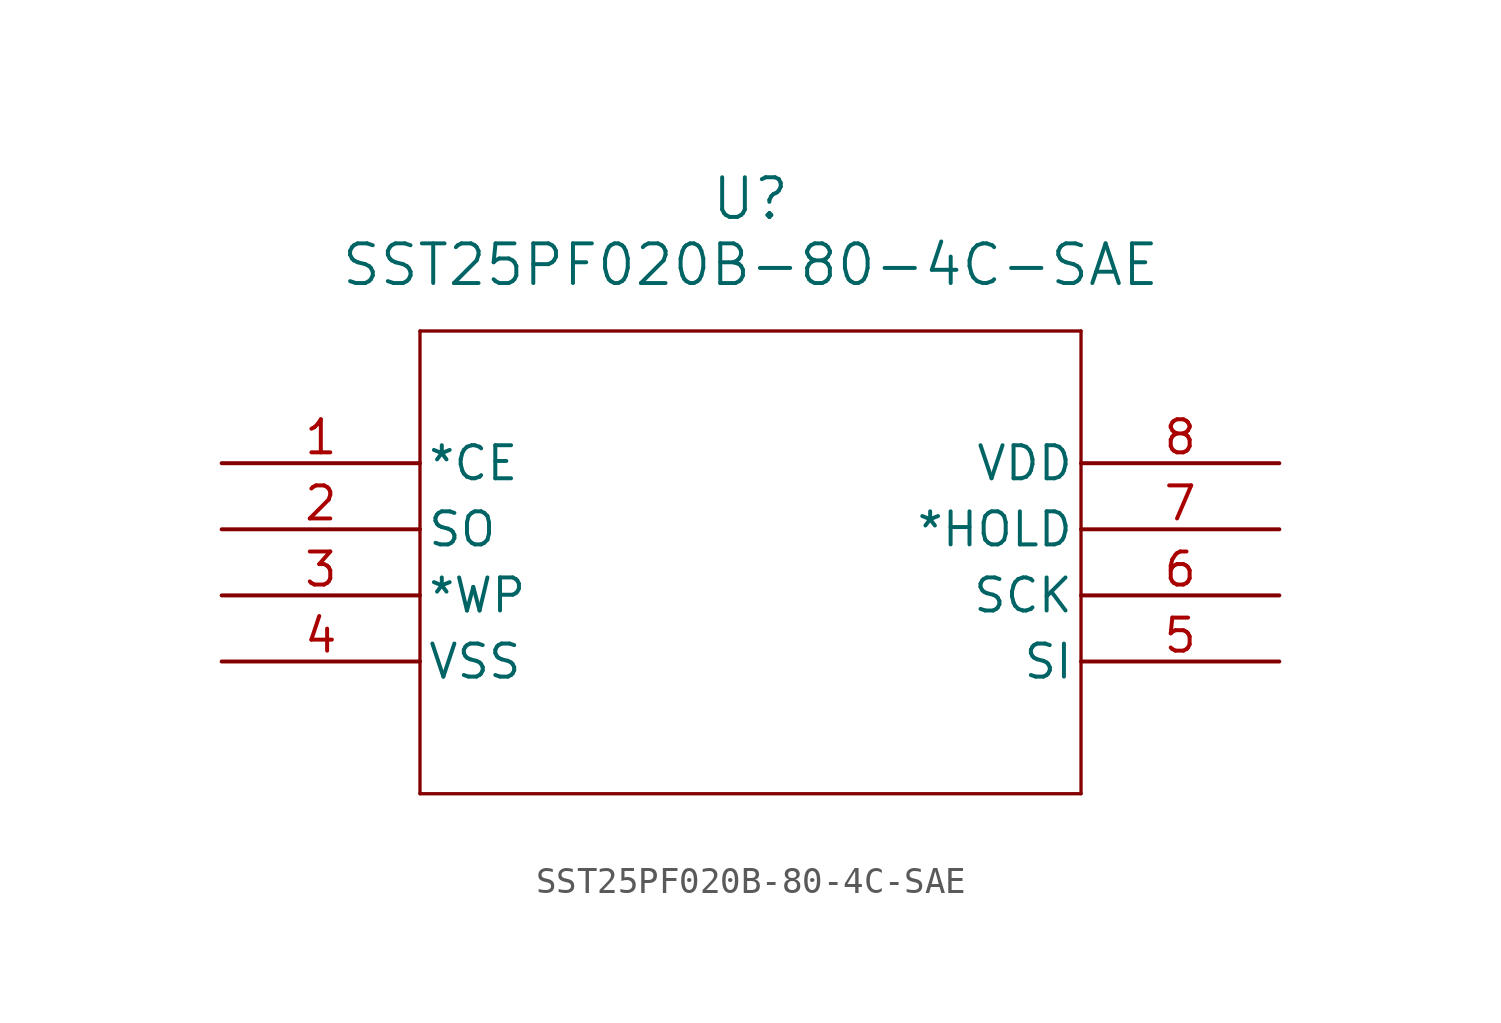
<source format=kicad_sym>
(kicad_symbol_lib
  (version 20211014)
  (generator kicad_symbol_editor)
  (symbol "SST25PF020B-80-4C-SAE"
    (pin_names
      (offset 0.254))
    (property "Reference" "U"
      (at 20.32 10.16 0)
      (effects (font (size 1.524 1.524))))
    (property "Value" "SST25PF020B-80-4C-SAE"
      (at 20.32 7.62 0)
      (effects (font (size 1.524 1.524))))
    (symbol "SST25PF020B-80-4C-SAE_0_1"
      (polyline (pts (xy 7.62 5.08) (xy 7.62 -12.7)) (stroke (width 0.127) (type default) (color 0 0 0 0)) (fill (type none)))
      (polyline (pts (xy 7.62 -12.7) (xy 33.02 -12.7)) (stroke (width 0.127) (type default) (color 0 0 0 0)) (fill (type none)))
      (polyline (pts (xy 33.02 -12.7) (xy 33.02 5.08)) (stroke (width 0.127) (type default) (color 0 0 0 0)) (fill (type none)))
      (polyline (pts (xy 33.02 5.08) (xy 7.62 5.08)) (stroke (width 0.127) (type default) (color 0 0 0 0)) (fill (type none)))
      (pin unspecified line (at 0 0 0) (length 7.62) (name "*CE" (effects (font (size 1.27 1.27)))) (number "1" (effects (font (size 1.27 1.27)))))
      (pin output line (at 0 -2.54 0) (length 7.62) (name "SO" (effects (font (size 1.27 1.27)))) (number "2" (effects (font (size 1.27 1.27)))))
      (pin unspecified line (at 0 -5.08 0) (length 7.62) (name "*WP" (effects (font (size 1.27 1.27)))) (number "3" (effects (font (size 1.27 1.27)))))
      (pin power_in line (at 0 -7.62 0) (length 7.62) (name "VSS" (effects (font (size 1.27 1.27)))) (number "4" (effects (font (size 1.27 1.27)))))
      (pin input line (at 40.64 -7.62 180) (length 7.62) (name "SI" (effects (font (size 1.27 1.27)))) (number "5" (effects (font (size 1.27 1.27)))))
      (pin unspecified line (at 40.64 -5.08 180) (length 7.62) (name "SCK" (effects (font (size 1.27 1.27)))) (number "6" (effects (font (size 1.27 1.27)))))
      (pin unspecified line (at 40.64 -2.54 180) (length 7.62) (name "*HOLD" (effects (font (size 1.27 1.27)))) (number "7" (effects (font (size 1.27 1.27)))))
      (pin power_in line (at 40.64 0 180) (length 7.62) (name "VDD" (effects (font (size 1.27 1.27)))) (number "8" (effects (font (size 1.27 1.27))))))))
</source>
